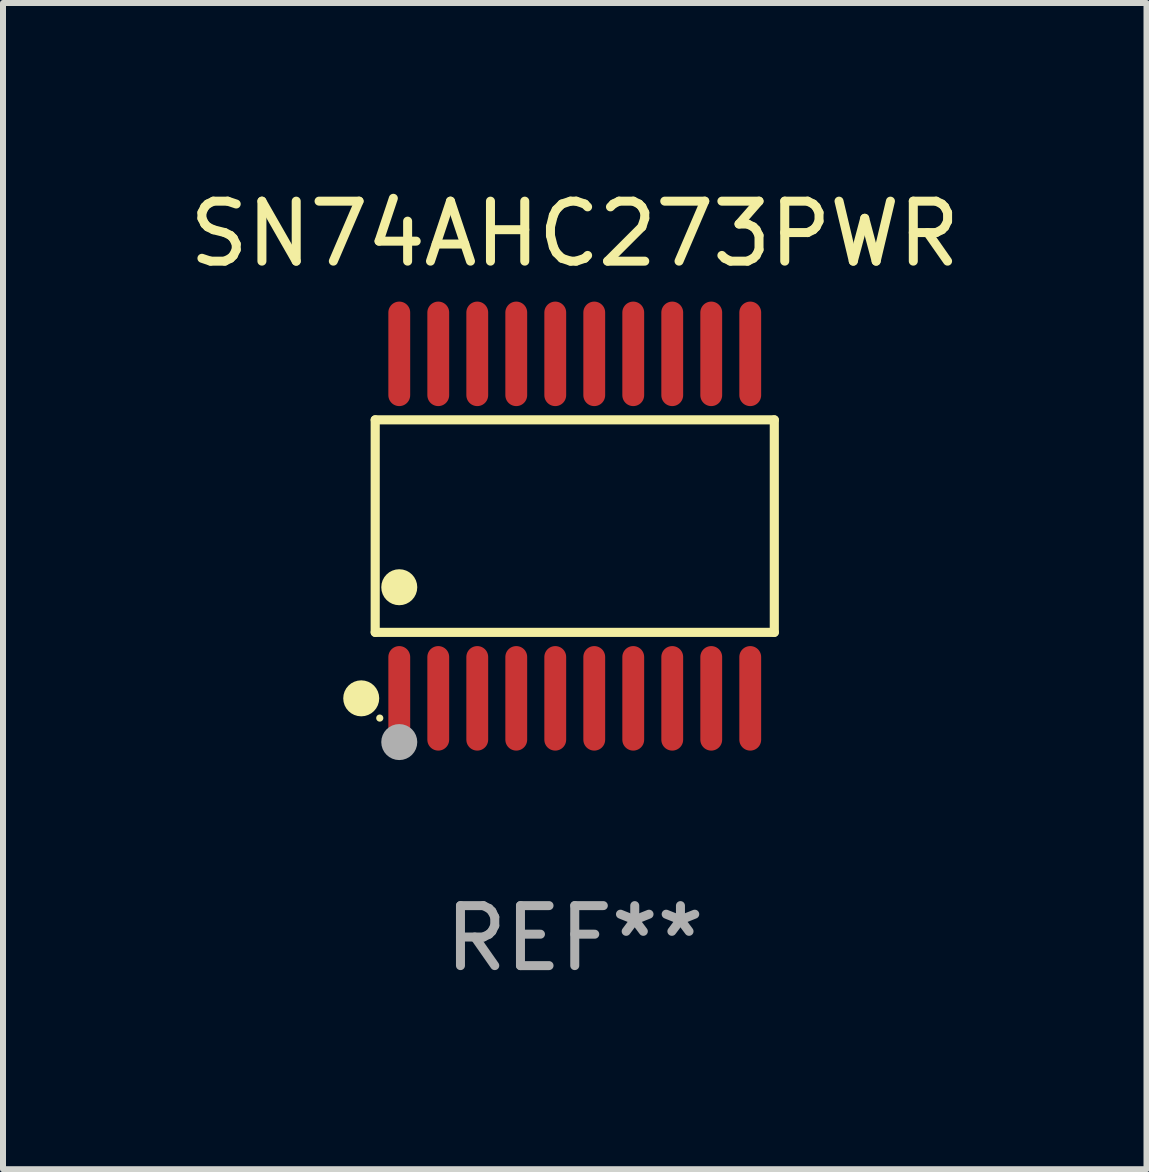
<source format=kicad_pcb>
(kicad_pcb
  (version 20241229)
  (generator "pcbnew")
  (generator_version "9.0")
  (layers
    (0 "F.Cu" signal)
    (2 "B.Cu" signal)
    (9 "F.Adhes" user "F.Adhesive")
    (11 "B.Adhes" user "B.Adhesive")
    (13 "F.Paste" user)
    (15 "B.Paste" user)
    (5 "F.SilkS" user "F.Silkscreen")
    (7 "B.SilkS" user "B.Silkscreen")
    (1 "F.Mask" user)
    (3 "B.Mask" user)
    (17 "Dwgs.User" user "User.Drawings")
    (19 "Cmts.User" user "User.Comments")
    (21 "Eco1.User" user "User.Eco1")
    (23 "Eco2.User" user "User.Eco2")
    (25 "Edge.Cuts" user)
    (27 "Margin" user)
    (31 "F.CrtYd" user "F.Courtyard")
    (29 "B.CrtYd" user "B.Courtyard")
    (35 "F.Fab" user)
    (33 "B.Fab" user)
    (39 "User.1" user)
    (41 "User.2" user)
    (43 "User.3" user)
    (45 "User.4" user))
  (footprint "SN74AHC273PWR"
    (layer "F.Cu")
    (at 6.53 5.719)
    (property "Reference" "SN74AHC273PWR" (at 0 -4.871 0) (layer "F.SilkS") (effects (font (size 1 1) (thickness 0.15))))
    (attr through_hole)
    (fp_line (start -3.326 -1.771) (end 3.326 -1.771) (stroke (width 0.152) (type solid)) (layer "F.SilkS"))
    (fp_line (start -3.326 1.771) (end -3.326 -1.771) (stroke (width 0.152) (type solid)) (layer "F.SilkS"))
    (fp_line (start 3.326 -1.771) (end 3.326 1.771) (stroke (width 0.152) (type solid)) (layer "F.SilkS"))
    (fp_line (start 3.326 1.771) (end -3.326 1.771) (stroke (width 0.152) (type solid)) (layer "F.SilkS"))
    (fp_circle (center -3.559 2.871) (end -3.409 2.871) (stroke (width 0.3) (type solid)) (fill no) (layer "F.SilkS"))
    (fp_circle (center -3.25 3.2) (end -3.22 3.2) (stroke (width 0.06) (type solid)) (fill no) (layer "F.SilkS"))
    (fp_circle (center -2.925 1.019) (end -2.775 1.019) (stroke (width 0.3) (type solid)) (fill no) (layer "F.SilkS"))
    (fp_circle (center -2.925 3.6) (end -2.775 3.6) (stroke (width 0.3) (type solid)) (fill no) (layer "F.Fab"))
    (fp_text user "REF**" (at 0 6.871 0) (layer "F.Fab") (effects (font (size 1 1) (thickness 0.15))))
    (pad "1" smd oval (at -2.925 2.871) (size 0.364 1.742) (layers "F.Cu" "F.Mask" "F.Paste"))
    (pad "2" smd oval (at -2.275 2.871) (size 0.364 1.742) (layers "F.Cu" "F.Mask" "F.Paste"))
    (pad "3" smd oval (at -1.625 2.871) (size 0.364 1.742) (layers "F.Cu" "F.Mask" "F.Paste"))
    (pad "4" smd oval (at -0.975 2.871) (size 0.364 1.742) (layers "F.Cu" "F.Mask" "F.Paste"))
    (pad "5" smd oval (at -0.325 2.871) (size 0.364 1.742) (layers "F.Cu" "F.Mask" "F.Paste"))
    (pad "6" smd oval (at 0.325 2.871) (size 0.364 1.742) (layers "F.Cu" "F.Mask" "F.Paste"))
    (pad "7" smd oval (at 0.975 2.871) (size 0.364 1.742) (layers "F.Cu" "F.Mask" "F.Paste"))
    (pad "8" smd oval (at 1.625 2.871) (size 0.364 1.742) (layers "F.Cu" "F.Mask" "F.Paste"))
    (pad "9" smd oval (at 2.275 2.871) (size 0.364 1.742) (layers "F.Cu" "F.Mask" "F.Paste"))
    (pad "10" smd oval (at 2.925 2.871) (size 0.364 1.742) (layers "F.Cu" "F.Mask" "F.Paste"))
    (pad "11" smd oval (at 2.925 -2.871) (size 0.364 1.742) (layers "F.Cu" "F.Mask" "F.Paste"))
    (pad "12" smd oval (at 2.275 -2.871) (size 0.364 1.742) (layers "F.Cu" "F.Mask" "F.Paste"))
    (pad "13" smd oval (at 1.625 -2.871) (size 0.364 1.742) (layers "F.Cu" "F.Mask" "F.Paste"))
    (pad "14" smd oval (at 0.975 -2.871) (size 0.364 1.742) (layers "F.Cu" "F.Mask" "F.Paste"))
    (pad "15" smd oval (at 0.325 -2.871) (size 0.364 1.742) (layers "F.Cu" "F.Mask" "F.Paste"))
    (pad "16" smd oval (at -0.325 -2.871) (size 0.364 1.742) (layers "F.Cu" "F.Mask" "F.Paste"))
    (pad "17" smd oval (at -0.975 -2.871) (size 0.364 1.742) (layers "F.Cu" "F.Mask" "F.Paste"))
    (pad "18" smd oval (at -1.625 -2.871) (size 0.364 1.742) (layers "F.Cu" "F.Mask" "F.Paste"))
    (pad "19" smd oval (at -2.275 -2.871) (size 0.364 1.742) (layers "F.Cu" "F.Mask" "F.Paste"))
    (pad "20" smd oval (at -2.925 -2.871) (size 0.364 1.742) (layers "F.Cu" "F.Mask" "F.Paste")))
  (gr_rect
    (start -3 -3)
    (end 16.06 16.438)
    (stroke (width 0.1) (type default))
    (fill no)
    (layer "Edge.Cuts")))
</source>
